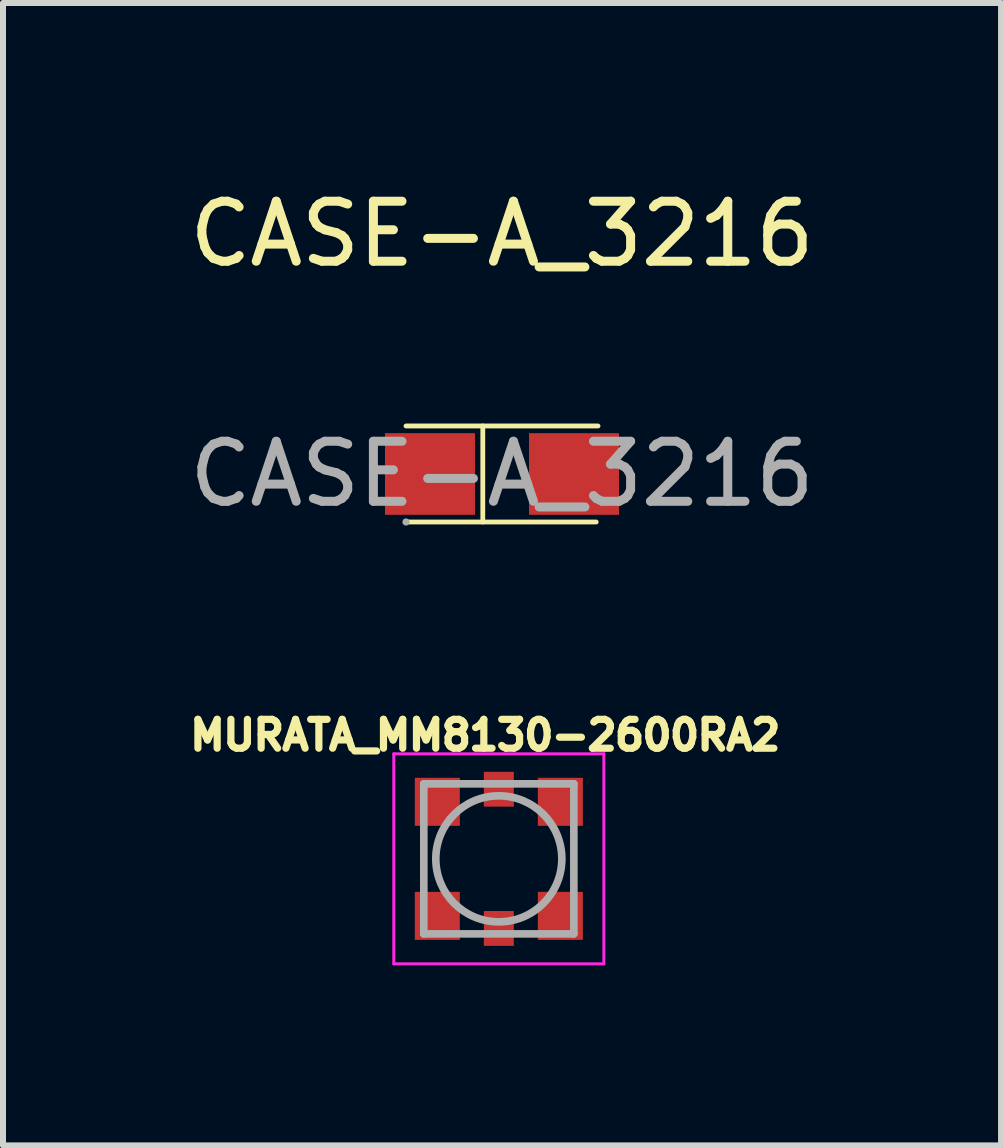
<source format=kicad_pcb>
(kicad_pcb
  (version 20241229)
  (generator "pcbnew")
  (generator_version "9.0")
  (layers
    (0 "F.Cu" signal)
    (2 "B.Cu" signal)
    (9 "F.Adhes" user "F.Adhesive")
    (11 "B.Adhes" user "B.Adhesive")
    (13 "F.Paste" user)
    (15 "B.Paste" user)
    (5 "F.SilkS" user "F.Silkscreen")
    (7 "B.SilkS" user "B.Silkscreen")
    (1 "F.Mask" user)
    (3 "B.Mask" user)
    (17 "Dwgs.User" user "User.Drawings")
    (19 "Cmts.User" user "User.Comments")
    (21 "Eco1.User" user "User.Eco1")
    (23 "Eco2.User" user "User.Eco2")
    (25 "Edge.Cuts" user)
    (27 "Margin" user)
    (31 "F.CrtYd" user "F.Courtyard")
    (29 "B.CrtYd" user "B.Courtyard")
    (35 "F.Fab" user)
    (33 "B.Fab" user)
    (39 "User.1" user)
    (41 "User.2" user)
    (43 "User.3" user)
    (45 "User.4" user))
  (footprint "MURATA_MM8130-2600RA2"
    (layer "F.Cu")
    (at 5.262 11.261)
    (property "Reference" "MURATA_MM8130-2600RA2" (at -0.227 -2.06 0) (layer "F.SilkS") (effects (font (size 0.481 0.481) (thickness 0.12))))
    (attr smd)
    (fp_poly (pts (xy -1.403 -1.35) (xy -0.65 -1.35) (xy -0.65 -0.551) (xy -1.403 -0.551)) (stroke (width 0.01) (type solid)) (fill yes) (layer "F.Mask"))
    (fp_poly (pts (xy -1.403 0.55) (xy -0.65 0.55) (xy -0.65 1.352) (xy -1.403 1.352)) (stroke (width 0.01) (type solid)) (fill yes) (layer "F.Mask"))
    (fp_poly (pts (xy -0.251 -1.45) (xy 0.25 -1.45) (xy 0.25 -0.872) (xy -0.251 -0.872)) (stroke (width 0.01) (type solid)) (fill yes) (layer "F.Mask"))
    (fp_poly (pts (xy -0.25 0.87) (xy 0.25 0.87) (xy 0.25 1.452) (xy -0.25 1.452)) (stroke (width 0.01) (type solid)) (fill yes) (layer "F.Mask"))
    (fp_poly (pts (xy 0.651 0.55) (xy 1.4 0.55) (xy 1.4 1.352) (xy 0.651 1.352)) (stroke (width 0.01) (type solid)) (fill yes) (layer "F.Mask"))
    (fp_poly (pts (xy 0.651 -1.35) (xy 1.4 -1.35) (xy 1.4 -0.551) (xy 0.651 -0.551)) (stroke (width 0.01) (type solid)) (fill yes) (layer "F.Mask"))
    (fp_poly (pts (xy -1.242 0.55) (xy -0.65 0.55) (xy -0.65 1.352) (xy -1.242 1.352)) (stroke (width 0.01) (type solid)) (fill yes) (layer "F.Paste"))
    (fp_poly (pts (xy -1.241 -1.35) (xy -0.65 -1.35) (xy -0.65 -0.55) (xy -1.241 -0.55)) (stroke (width 0.01) (type solid)) (fill yes) (layer "F.Paste"))
    (fp_poly (pts (xy -0.14 -1.35) (xy 0.14 -1.35) (xy 0.14 -1.073) (xy -0.14 -1.073)) (stroke (width 0.01) (type solid)) (fill yes) (layer "F.Paste"))
    (fp_poly (pts (xy -0.14 1.07) (xy 0.14 1.07) (xy 0.14 1.353) (xy -0.14 1.353)) (stroke (width 0.01) (type solid)) (fill yes) (layer "F.Paste"))
    (fp_poly (pts (xy 0.651 -1.35) (xy 1.24 -1.35) (xy 1.24 -0.551) (xy 0.651 -0.551)) (stroke (width 0.01) (type solid)) (fill yes) (layer "F.Paste"))
    (fp_poly (pts (xy 0.652 0.55) (xy 1.24 0.55) (xy 1.24 1.354) (xy 0.652 1.354)) (stroke (width 0.01) (type solid)) (fill yes) (layer "F.Paste"))
    (fp_line (start -1.75 -1.75) (end 1.75 -1.75) (stroke (width 0.05) (type solid)) (layer "F.CrtYd"))
    (fp_line (start -1.75 1.75) (end -1.75 -1.75) (stroke (width 0.05) (type solid)) (layer "F.CrtYd"))
    (fp_line (start 1.75 -1.75) (end 1.75 1.75) (stroke (width 0.05) (type solid)) (layer "F.CrtYd"))
    (fp_line (start 1.75 1.75) (end -1.75 1.75) (stroke (width 0.05) (type solid)) (layer "F.CrtYd"))
    (fp_line (start -1.25 -1.25) (end 1.25 -1.25) (stroke (width 0.127) (type solid)) (layer "F.Fab"))
    (fp_line (start -1.25 1.25) (end -1.25 -1.25) (stroke (width 0.127) (type solid)) (layer "F.Fab"))
    (fp_line (start 1.25 -1.25) (end 1.25 1.25) (stroke (width 0.127) (type solid)) (layer "F.Fab"))
    (fp_line (start 1.25 1.25) (end -1.25 1.25) (stroke (width 0.127) (type solid)) (layer "F.Fab"))
    (fp_circle (center 0 0) (end 1.05 0) (stroke (width 0.127) (type solid)) (fill no) (layer "F.Fab"))
    (pad "GND1" smd rect (at -1.025 -0.95) (size 0.75 0.8) (layers "F.Cu"))
    (pad "GND2" smd rect (at 1.025 -0.95) (size 0.75 0.8) (layers "F.Cu"))
    (pad "GND3" smd rect (at -1.025 0.95) (size 0.75 0.8) (layers "F.Cu"))
    (pad "GND4" smd rect (at 1.025 0.95) (size 0.75 0.8) (layers "F.Cu"))
    (pad "IN" smd rect (at 0 -1.16) (size 0.5 0.58) (layers "F.Cu"))
    (pad "OUT" smd rect (at 0 1.16) (size 0.5 0.58) (layers "F.Cu")))
  (footprint "CASE-A_3216"
    (layer "F.Cu")
    (at 5.315 4.848)
    (property "Reference" "CASE-A_3216" (at 0 -4 0) (layer "F.SilkS") (effects (font (size 1 1) (thickness 0.15))))
    (attr smd)
    (fp_line (start -1.6 -0.8) (end 1.6 -0.8) (stroke (width 0.08) (type solid)) (layer "F.SilkS"))
    (fp_line (start -1.58 0.8) (end 1.57 0.8) (stroke (width 0.08) (type solid)) (layer "F.SilkS"))
    (fp_line (start -0.32 0.8) (end -0.32 -0.8) (stroke (width 0.08) (type solid)) (layer "F.SilkS"))
    (fp_circle (center -1.6 0.8) (end -1.57 0.8) (stroke (width 0.06) (type solid)) (fill no) (layer "F.Fab"))
    (fp_text user "${REFERENCE}" (at 0 0 0) (layer "F.Fab") (effects (font (size 1 1) (thickness 0.15))))
    (pad "1" smd rect (at -1.2 0) (size 1.5 1.36) (layers "F.Cu" "F.Mask" "F.Paste"))
    (pad "2" smd rect (at 1.2 0) (size 1.5 1.36) (layers "F.Cu" "F.Mask" "F.Paste")))
  (gr_rect
    (start -3 -3)
    (end 13.631 16.036)
    (stroke (width 0.1) (type default))
    (fill no)
    (layer "Edge.Cuts")))
</source>
